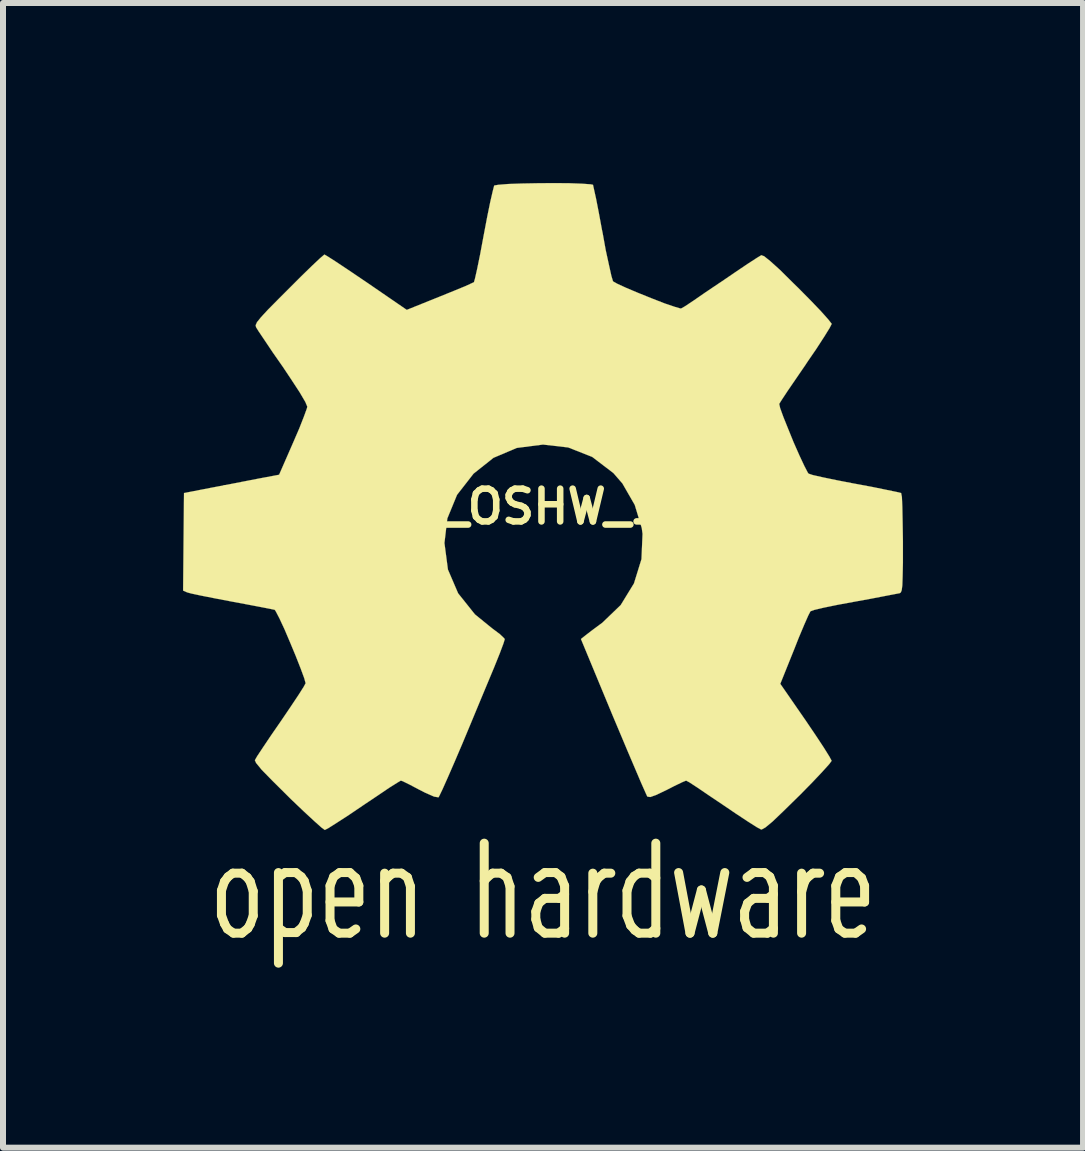
<source format=kicad_pcb>
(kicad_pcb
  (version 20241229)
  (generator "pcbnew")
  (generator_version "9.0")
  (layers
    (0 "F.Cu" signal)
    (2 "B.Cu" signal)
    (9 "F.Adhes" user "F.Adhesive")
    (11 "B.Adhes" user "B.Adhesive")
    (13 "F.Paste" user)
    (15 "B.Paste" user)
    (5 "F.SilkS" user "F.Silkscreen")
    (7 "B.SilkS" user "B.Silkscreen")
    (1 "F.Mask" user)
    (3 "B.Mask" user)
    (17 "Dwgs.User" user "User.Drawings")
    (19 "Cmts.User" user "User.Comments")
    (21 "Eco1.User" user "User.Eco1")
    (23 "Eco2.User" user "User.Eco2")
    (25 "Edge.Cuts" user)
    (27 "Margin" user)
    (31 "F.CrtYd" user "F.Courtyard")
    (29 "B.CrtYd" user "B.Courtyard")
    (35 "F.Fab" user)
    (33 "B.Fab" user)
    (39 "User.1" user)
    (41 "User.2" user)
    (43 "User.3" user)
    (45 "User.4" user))
  (footprint "Logo_silk_OSHW_12x13mm"
    (layer "F.Cu")
    (at 6.001 5.394)
    (property "Reference" "Logo_silk_OSHW_12x13mm" (at 0 0 0) (layer "F.SilkS") (effects (font (size 0.546 0.546) (thickness 0.109))))
    (attr exclude_from_pos_files exclude_from_bom)
    (fp_line (start -5.36 6.4) (end -5.36 6.81) (stroke (width 0.15) (type solid)) (layer "F.SilkS"))
    (fp_line (start -5.36 6.81) (end -5.31 6.95) (stroke (width 0.15) (type solid)) (layer "F.SilkS"))
    (fp_line (start -5.31 6.25) (end -5.36 6.4) (stroke (width 0.15) (type solid)) (layer "F.SilkS"))
    (fp_line (start -5.31 6.95) (end -5.26 7.04) (stroke (width 0.15) (type solid)) (layer "F.SilkS"))
    (fp_line (start -5.26 7.04) (end -5.16 7.11) (stroke (width 0.15) (type solid)) (layer "F.SilkS"))
    (fp_line (start -5.25 6.17) (end -5.31 6.25) (stroke (width 0.15) (type solid)) (layer "F.SilkS"))
    (fp_line (start -5.17 6.11) (end -5.25 6.17) (stroke (width 0.15) (type solid)) (layer "F.SilkS"))
    (fp_line (start -5.16 7.11) (end -5.02 7.11) (stroke (width 0.15) (type solid)) (layer "F.SilkS"))
    (fp_line (start -5.02 6.11) (end -5.17 6.11) (stroke (width 0.15) (type solid)) (layer "F.SilkS"))
    (fp_line (start -5.02 7.11) (end -4.92 7.03) (stroke (width 0.15) (type solid)) (layer "F.SilkS"))
    (fp_line (start -4.93 6.18) (end -5.02 6.11) (stroke (width 0.15) (type solid)) (layer "F.SilkS"))
    (fp_line (start -4.92 7.03) (end -4.88 6.96) (stroke (width 0.15) (type solid)) (layer "F.SilkS"))
    (fp_line (start -4.88 6.25) (end -4.93 6.18) (stroke (width 0.15) (type solid)) (layer "F.SilkS"))
    (fp_line (start -4.88 6.96) (end -4.83 6.82) (stroke (width 0.15) (type solid)) (layer "F.SilkS"))
    (fp_line (start -4.83 6.41) (end -4.88 6.25) (stroke (width 0.15) (type solid)) (layer "F.SilkS"))
    (fp_line (start -4.83 6.82) (end -4.83 6.41) (stroke (width 0.15) (type solid)) (layer "F.SilkS"))
    (fp_line (start -4.41 6.1) (end -4.41 7.61) (stroke (width 0.15) (type solid)) (layer "F.SilkS"))
    (fp_line (start -4.4 7.03) (end -4.3 7.1) (stroke (width 0.15) (type solid)) (layer "F.SilkS"))
    (fp_line (start -4.3 6.1) (end -4.38 6.16) (stroke (width 0.15) (type solid)) (layer "F.SilkS"))
    (fp_line (start -4.3 6.1) (end -4.12 6.1) (stroke (width 0.15) (type solid)) (layer "F.SilkS"))
    (fp_line (start -4.3 7.1) (end -4.11 7.1) (stroke (width 0.15) (type solid)) (layer "F.SilkS"))
    (fp_line (start -4.12 7.1) (end -4.02 7.02) (stroke (width 0.15) (type solid)) (layer "F.SilkS"))
    (fp_line (start -4.03 6.17) (end -4.12 6.1) (stroke (width 0.15) (type solid)) (layer "F.SilkS"))
    (fp_line (start -4.02 7.02) (end -3.98 6.95) (stroke (width 0.15) (type solid)) (layer "F.SilkS"))
    (fp_line (start -3.98 6.24) (end -4.03 6.17) (stroke (width 0.15) (type solid)) (layer "F.SilkS"))
    (fp_line (start -3.98 6.95) (end -3.93 6.81) (stroke (width 0.15) (type solid)) (layer "F.SilkS"))
    (fp_line (start -3.93 6.4) (end -3.98 6.24) (stroke (width 0.15) (type solid)) (layer "F.SilkS"))
    (fp_line (start -3.93 6.81) (end -3.93 6.4) (stroke (width 0.15) (type solid)) (layer "F.SilkS"))
    (fp_line (start -3.55 6.32) (end -3.55 6.9) (stroke (width 0.15) (type solid)) (layer "F.SilkS"))
    (fp_line (start -3.55 6.59) (end -3.07 6.59) (stroke (width 0.15) (type solid)) (layer "F.SilkS"))
    (fp_line (start -3.55 6.9) (end -3.5 7.04) (stroke (width 0.15) (type solid)) (layer "F.SilkS"))
    (fp_line (start -3.5 7.04) (end -3.4 7.11) (stroke (width 0.15) (type solid)) (layer "F.SilkS"))
    (fp_line (start -3.49 6.17) (end -3.55 6.32) (stroke (width 0.15) (type solid)) (layer "F.SilkS"))
    (fp_line (start -3.4 7.11) (end -3.22 7.11) (stroke (width 0.15) (type solid)) (layer "F.SilkS"))
    (fp_line (start -3.39 6.1) (end -3.49 6.17) (stroke (width 0.15) (type solid)) (layer "F.SilkS"))
    (fp_line (start -3.22 6.1) (end -3.39 6.1) (stroke (width 0.15) (type solid)) (layer "F.SilkS"))
    (fp_line (start -3.22 7.11) (end -3.12 7.04) (stroke (width 0.15) (type solid)) (layer "F.SilkS"))
    (fp_line (start -3.12 6.19) (end -3.22 6.1) (stroke (width 0.15) (type solid)) (layer "F.SilkS"))
    (fp_line (start -3.07 6.32) (end -3.12 6.19) (stroke (width 0.15) (type solid)) (layer "F.SilkS"))
    (fp_line (start -3.07 6.59) (end -3.07 6.32) (stroke (width 0.15) (type solid)) (layer "F.SilkS"))
    (fp_line (start -2.64 6.11) (end -2.64 7.11) (stroke (width 0.15) (type solid)) (layer "F.SilkS"))
    (fp_line (start -2.58 6.17) (end -2.64 6.24) (stroke (width 0.15) (type solid)) (layer "F.SilkS"))
    (fp_line (start -2.5 6.11) (end -2.58 6.17) (stroke (width 0.15) (type solid)) (layer "F.SilkS"))
    (fp_line (start -2.36 6.11) (end -2.5 6.11) (stroke (width 0.15) (type solid)) (layer "F.SilkS"))
    (fp_line (start -2.26 6.18) (end -2.36 6.11) (stroke (width 0.15) (type solid)) (layer "F.SilkS"))
    (fp_line (start -2.21 6.33) (end -2.26 6.18) (stroke (width 0.15) (type solid)) (layer "F.SilkS"))
    (fp_line (start -2.21 7.11) (end -2.21 6.33) (stroke (width 0.15) (type solid)) (layer "F.SilkS"))
    (fp_line (start -0.98 7.11) (end -0.98 5.61) (stroke (width 0.15) (type solid)) (layer "F.SilkS"))
    (fp_line (start -0.92 6.17) (end -0.98 6.24) (stroke (width 0.15) (type solid)) (layer "F.SilkS"))
    (fp_line (start -0.84 6.11) (end -0.92 6.17) (stroke (width 0.15) (type solid)) (layer "F.SilkS"))
    (fp_line (start -0.7 6.11) (end -0.84 6.11) (stroke (width 0.15) (type solid)) (layer "F.SilkS"))
    (fp_line (start -0.6 6.18) (end -0.7 6.11) (stroke (width 0.15) (type solid)) (layer "F.SilkS"))
    (fp_line (start -0.55 6.33) (end -0.6 6.18) (stroke (width 0.15) (type solid)) (layer "F.SilkS"))
    (fp_line (start -0.55 7.11) (end -0.55 6.33) (stroke (width 0.15) (type solid)) (layer "F.SilkS"))
    (fp_line (start -0.12 6.75) (end -0.12 6.88) (stroke (width 0.15) (type solid)) (layer "F.SilkS"))
    (fp_line (start -0.12 6.88) (end -0.08 7.02) (stroke (width 0.15) (type solid)) (layer "F.SilkS"))
    (fp_line (start -0.08 6.18) (end 0.03 6.1) (stroke (width 0.15) (type solid)) (layer "F.SilkS"))
    (fp_line (start -0.08 7.02) (end 0.03 7.11) (stroke (width 0.15) (type solid)) (layer "F.SilkS"))
    (fp_line (start -0.07 6.61) (end -0.12 6.75) (stroke (width 0.15) (type solid)) (layer "F.SilkS"))
    (fp_line (start 0.03 6.1) (end 0.21 6.1) (stroke (width 0.15) (type solid)) (layer "F.SilkS"))
    (fp_line (start 0.03 6.53) (end -0.07 6.61) (stroke (width 0.15) (type solid)) (layer "F.SilkS"))
    (fp_line (start 0.03 7.11) (end 0.26 7.11) (stroke (width 0.15) (type solid)) (layer "F.SilkS"))
    (fp_line (start 0.21 6.1) (end 0.3 6.17) (stroke (width 0.15) (type solid)) (layer "F.SilkS"))
    (fp_line (start 0.26 7.11) (end 0.36 7.03) (stroke (width 0.15) (type solid)) (layer "F.SilkS"))
    (fp_line (start 0.27 6.53) (end 0.03 6.53) (stroke (width 0.15) (type solid)) (layer "F.SilkS"))
    (fp_line (start 0.3 6.17) (end 0.36 6.32) (stroke (width 0.15) (type solid)) (layer "F.SilkS"))
    (fp_line (start 0.36 6.32) (end 0.36 7.11) (stroke (width 0.15) (type solid)) (layer "F.SilkS"))
    (fp_line (start 0.36 6.46) (end 0.27 6.53) (stroke (width 0.15) (type solid)) (layer "F.SilkS"))
    (fp_line (start 0.83 6.11) (end 0.83 7.11) (stroke (width 0.15) (type solid)) (layer "F.SilkS"))
    (fp_line (start 0.88 6.25) (end 0.83 6.42) (stroke (width 0.15) (type solid)) (layer "F.SilkS"))
    (fp_line (start 0.92 6.19) (end 0.88 6.25) (stroke (width 0.15) (type solid)) (layer "F.SilkS"))
    (fp_line (start 1.02 6.11) (end 0.92 6.19) (stroke (width 0.15) (type solid)) (layer "F.SilkS"))
    (fp_line (start 1.13 6.11) (end 1.02 6.11) (stroke (width 0.15) (type solid)) (layer "F.SilkS"))
    (fp_line (start 1.4 6.4) (end 1.45 6.25) (stroke (width 0.15) (type solid)) (layer "F.SilkS"))
    (fp_line (start 1.4 6.82) (end 1.4 6.4) (stroke (width 0.15) (type solid)) (layer "F.SilkS"))
    (fp_line (start 1.45 6.25) (end 1.52 6.16) (stroke (width 0.15) (type solid)) (layer "F.SilkS"))
    (fp_line (start 1.46 6.98) (end 1.4 6.82) (stroke (width 0.15) (type solid)) (layer "F.SilkS"))
    (fp_line (start 1.52 6.16) (end 1.6 6.11) (stroke (width 0.15) (type solid)) (layer "F.SilkS"))
    (fp_line (start 1.53 7.06) (end 1.46 6.98) (stroke (width 0.15) (type solid)) (layer "F.SilkS"))
    (fp_line (start 1.6 6.11) (end 1.78 6.11) (stroke (width 0.15) (type solid)) (layer "F.SilkS"))
    (fp_line (start 1.6 7.11) (end 1.53 7.06) (stroke (width 0.15) (type solid)) (layer "F.SilkS"))
    (fp_line (start 1.78 6.11) (end 1.88 6.19) (stroke (width 0.15) (type solid)) (layer "F.SilkS"))
    (fp_line (start 1.79 7.11) (end 1.6 7.11) (stroke (width 0.15) (type solid)) (layer "F.SilkS"))
    (fp_line (start 1.88 5.61) (end 1.88 7.11) (stroke (width 0.15) (type solid)) (layer "F.SilkS"))
    (fp_line (start 1.88 7.03) (end 1.79 7.11) (stroke (width 0.15) (type solid)) (layer "F.SilkS"))
    (fp_line (start 2.26 6.1) (end 2.45 7.11) (stroke (width 0.15) (type solid)) (layer "F.SilkS"))
    (fp_line (start 2.45 7.11) (end 2.64 6.39) (stroke (width 0.15) (type solid)) (layer "F.SilkS"))
    (fp_line (start 2.64 6.39) (end 2.83 7.11) (stroke (width 0.15) (type solid)) (layer "F.SilkS"))
    (fp_line (start 2.83 7.11) (end 3.03 6.1) (stroke (width 0.15) (type solid)) (layer "F.SilkS"))
    (fp_line (start 3.36 6.75) (end 3.36 6.88) (stroke (width 0.15) (type solid)) (layer "F.SilkS"))
    (fp_line (start 3.36 6.88) (end 3.4 7.02) (stroke (width 0.15) (type solid)) (layer "F.SilkS"))
    (fp_line (start 3.4 6.18) (end 3.51 6.1) (stroke (width 0.15) (type solid)) (layer "F.SilkS"))
    (fp_line (start 3.4 7.02) (end 3.51 7.11) (stroke (width 0.15) (type solid)) (layer "F.SilkS"))
    (fp_line (start 3.41 6.61) (end 3.36 6.75) (stroke (width 0.15) (type solid)) (layer "F.SilkS"))
    (fp_line (start 3.51 6.1) (end 3.69 6.1) (stroke (width 0.15) (type solid)) (layer "F.SilkS"))
    (fp_line (start 3.51 6.53) (end 3.41 6.61) (stroke (width 0.15) (type solid)) (layer "F.SilkS"))
    (fp_line (start 3.51 7.11) (end 3.74 7.11) (stroke (width 0.15) (type solid)) (layer "F.SilkS"))
    (fp_line (start 3.69 6.1) (end 3.78 6.17) (stroke (width 0.15) (type solid)) (layer "F.SilkS"))
    (fp_line (start 3.74 7.11) (end 3.84 7.03) (stroke (width 0.15) (type solid)) (layer "F.SilkS"))
    (fp_line (start 3.75 6.53) (end 3.51 6.53) (stroke (width 0.15) (type solid)) (layer "F.SilkS"))
    (fp_line (start 3.78 6.17) (end 3.84 6.32) (stroke (width 0.15) (type solid)) (layer "F.SilkS"))
    (fp_line (start 3.84 6.32) (end 3.84 7.11) (stroke (width 0.15) (type solid)) (layer "F.SilkS"))
    (fp_line (start 3.84 6.46) (end 3.75 6.53) (stroke (width 0.15) (type solid)) (layer "F.SilkS"))
    (fp_line (start 4.31 6.11) (end 4.31 7.11) (stroke (width 0.15) (type solid)) (layer "F.SilkS"))
    (fp_line (start 4.36 6.25) (end 4.31 6.42) (stroke (width 0.15) (type solid)) (layer "F.SilkS"))
    (fp_line (start 4.4 6.19) (end 4.36 6.25) (stroke (width 0.15) (type solid)) (layer "F.SilkS"))
    (fp_line (start 4.5 6.11) (end 4.4 6.19) (stroke (width 0.15) (type solid)) (layer "F.SilkS"))
    (fp_line (start 4.61 6.11) (end 4.5 6.11) (stroke (width 0.15) (type solid)) (layer "F.SilkS"))
    (fp_line (start 4.88 6.32) (end 4.88 6.9) (stroke (width 0.15) (type solid)) (layer "F.SilkS"))
    (fp_line (start 4.88 6.59) (end 5.36 6.59) (stroke (width 0.15) (type solid)) (layer "F.SilkS"))
    (fp_line (start 4.88 6.9) (end 4.93 7.04) (stroke (width 0.15) (type solid)) (layer "F.SilkS"))
    (fp_line (start 4.93 7.04) (end 5.03 7.11) (stroke (width 0.15) (type solid)) (layer "F.SilkS"))
    (fp_line (start 4.94 6.17) (end 4.88 6.32) (stroke (width 0.15) (type solid)) (layer "F.SilkS"))
    (fp_line (start 5.03 7.11) (end 5.21 7.11) (stroke (width 0.15) (type solid)) (layer "F.SilkS"))
    (fp_line (start 5.04 6.1) (end 4.94 6.17) (stroke (width 0.15) (type solid)) (layer "F.SilkS"))
    (fp_line (start 5.21 6.1) (end 5.04 6.1) (stroke (width 0.15) (type solid)) (layer "F.SilkS"))
    (fp_line (start 5.21 7.11) (end 5.31 7.04) (stroke (width 0.15) (type solid)) (layer "F.SilkS"))
    (fp_line (start 5.31 6.19) (end 5.21 6.1) (stroke (width 0.15) (type solid)) (layer "F.SilkS"))
    (fp_line (start 5.36 6.32) (end 5.31 6.19) (stroke (width 0.15) (type solid)) (layer "F.SilkS"))
    (fp_line (start 5.36 6.59) (end 5.36 6.32) (stroke (width 0.15) (type solid)) (layer "F.SilkS"))
    (fp_poly (pts (xy -3.637 5.39) (xy -3.574 5.357) (xy -3.434 5.268) (xy -3.233 5.138) (xy -2.997 4.978) (xy -2.758 4.818) (xy -2.563 4.686) (xy -2.426 4.6) (xy -2.37 4.567) (xy -2.339 4.577) (xy -2.225 4.633) (xy -2.062 4.719) (xy -1.966 4.768) (xy -1.816 4.834) (xy -1.742 4.846) (xy -1.73 4.826) (xy -1.674 4.709) (xy -1.587 4.514) (xy -1.473 4.252) (xy -1.344 3.95) (xy -1.206 3.619) (xy -1.067 3.284) (xy -0.935 2.967) (xy -0.815 2.68) (xy -0.721 2.446) (xy -0.66 2.283) (xy -0.638 2.212) (xy -0.645 2.197) (xy -0.719 2.126) (xy -0.851 2.027) (xy -1.135 1.796) (xy -1.415 1.445) (xy -1.585 1.049) (xy -1.643 0.607) (xy -1.595 0.198) (xy -1.433 -0.196) (xy -1.158 -0.549) (xy -0.826 -0.813) (xy -0.437 -0.978) (xy 0 -1.034) (xy 0.419 -0.986) (xy 0.82 -0.828) (xy 1.173 -0.559) (xy 1.323 -0.386) (xy 1.529 -0.028) (xy 1.646 0.358) (xy 1.659 0.455) (xy 1.641 0.876) (xy 1.516 1.28) (xy 1.295 1.641) (xy 0.986 1.938) (xy 0.947 1.966) (xy 0.803 2.073) (xy 0.709 2.146) (xy 0.632 2.207) (xy 1.168 3.5) (xy 1.255 3.706) (xy 1.402 4.056) (xy 1.532 4.361) (xy 1.636 4.605) (xy 1.707 4.765) (xy 1.737 4.831) (xy 1.742 4.834) (xy 1.788 4.841) (xy 1.887 4.806) (xy 2.068 4.719) (xy 2.187 4.658) (xy 2.324 4.592) (xy 2.385 4.567) (xy 2.438 4.595) (xy 2.57 4.681) (xy 2.761 4.811) (xy 2.992 4.966) (xy 3.213 5.116) (xy 3.416 5.25) (xy 3.564 5.344) (xy 3.635 5.382) (xy 3.645 5.382) (xy 3.708 5.347) (xy 3.825 5.25) (xy 4 5.083) (xy 4.249 4.839) (xy 4.288 4.801) (xy 4.493 4.592) (xy 4.658 4.417) (xy 4.77 4.293) (xy 4.811 4.237) (xy 4.773 4.166) (xy 4.681 4.018) (xy 4.547 3.815) (xy 4.384 3.574) (xy 3.955 2.954) (xy 4.191 2.367) (xy 4.262 2.187) (xy 4.354 1.968) (xy 4.422 1.814) (xy 4.458 1.745) (xy 4.521 1.722) (xy 4.681 1.684) (xy 4.915 1.636) (xy 5.192 1.585) (xy 5.456 1.537) (xy 5.695 1.491) (xy 5.867 1.458) (xy 5.946 1.443) (xy 5.964 1.43) (xy 5.979 1.392) (xy 5.989 1.311) (xy 5.994 1.166) (xy 5.999 0.937) (xy 5.999 0.607) (xy 5.999 0.572) (xy 5.994 0.257) (xy 5.989 0.005) (xy 5.982 -0.16) (xy 5.969 -0.226) (xy 5.895 -0.244) (xy 5.725 -0.279) (xy 5.486 -0.328) (xy 5.202 -0.381) (xy 5.184 -0.384) (xy 4.9 -0.439) (xy 4.663 -0.488) (xy 4.496 -0.526) (xy 4.427 -0.549) (xy 4.412 -0.569) (xy 4.354 -0.681) (xy 4.272 -0.856) (xy 4.178 -1.069) (xy 4.087 -1.293) (xy 4.006 -1.494) (xy 3.952 -1.643) (xy 3.937 -1.712) (xy 3.98 -1.781) (xy 4.077 -1.928) (xy 4.216 -2.131) (xy 4.381 -2.372) (xy 4.394 -2.393) (xy 4.557 -2.631) (xy 4.689 -2.835) (xy 4.778 -2.979) (xy 4.811 -3.043) (xy 4.811 -3.048) (xy 4.755 -3.119) (xy 4.633 -3.256) (xy 4.458 -3.439) (xy 4.249 -3.65) (xy 4.181 -3.716) (xy 3.95 -3.945) (xy 3.787 -4.092) (xy 3.686 -4.173) (xy 3.637 -4.191) (xy 3.635 -4.188) (xy 3.564 -4.145) (xy 3.411 -4.046) (xy 3.205 -3.907) (xy 2.962 -3.741) (xy 2.946 -3.731) (xy 2.705 -3.569) (xy 2.507 -3.432) (xy 2.365 -3.338) (xy 2.301 -3.302) (xy 2.291 -3.302) (xy 2.195 -3.33) (xy 2.024 -3.388) (xy 1.814 -3.47) (xy 1.593 -3.559) (xy 1.389 -3.645) (xy 1.24 -3.713) (xy 1.168 -3.754) (xy 1.166 -3.757) (xy 1.14 -3.843) (xy 1.1 -4.023) (xy 1.046 -4.27) (xy 0.993 -4.564) (xy 0.983 -4.61) (xy 0.93 -4.897) (xy 0.884 -5.133) (xy 0.848 -5.296) (xy 0.833 -5.364) (xy 0.792 -5.372) (xy 0.653 -5.382) (xy 0.439 -5.39) (xy 0.18 -5.392) (xy -0.091 -5.39) (xy -0.356 -5.385) (xy -0.582 -5.377) (xy -0.744 -5.364) (xy -0.813 -5.352) (xy -0.815 -5.347) (xy -0.838 -5.258) (xy -0.879 -5.08) (xy -0.93 -4.831) (xy -0.986 -4.536) (xy -0.996 -4.483) (xy -1.049 -4.199) (xy -1.097 -3.965) (xy -1.133 -3.805) (xy -1.151 -3.741) (xy -1.176 -3.729) (xy -1.293 -3.675) (xy -1.483 -3.597) (xy -1.722 -3.5) (xy -2.271 -3.279) (xy -2.944 -3.741) (xy -3.005 -3.782) (xy -3.249 -3.947) (xy -3.447 -4.079) (xy -3.586 -4.168) (xy -3.642 -4.201) (xy -3.647 -4.199) (xy -3.716 -4.14) (xy -3.848 -4.016) (xy -4.031 -3.838) (xy -4.242 -3.627) (xy -4.399 -3.47) (xy -4.585 -3.282) (xy -4.702 -3.155) (xy -4.768 -3.073) (xy -4.79 -3.023) (xy -4.783 -2.99) (xy -4.74 -2.921) (xy -4.641 -2.774) (xy -4.503 -2.568) (xy -4.338 -2.332) (xy -4.204 -2.131) (xy -4.056 -1.905) (xy -3.962 -1.745) (xy -3.929 -1.666) (xy -3.937 -1.633) (xy -3.985 -1.501) (xy -4.064 -1.3) (xy -4.166 -1.064) (xy -4.399 -0.531) (xy -4.75 -0.465) (xy -4.961 -0.424) (xy -5.258 -0.366) (xy -5.542 -0.312) (xy -5.984 -0.226) (xy -5.999 1.4) (xy -5.931 1.43) (xy -5.865 1.448) (xy -5.702 1.483) (xy -5.469 1.529) (xy -5.192 1.582) (xy -4.956 1.626) (xy -4.719 1.671) (xy -4.549 1.704) (xy -4.473 1.72) (xy -4.455 1.745) (xy -4.394 1.862) (xy -4.31 2.042) (xy -4.216 2.263) (xy -4.122 2.489) (xy -4.039 2.7) (xy -3.98 2.86) (xy -3.957 2.944) (xy -3.99 3.005) (xy -4.079 3.145) (xy -4.211 3.343) (xy -4.371 3.579) (xy -4.534 3.815) (xy -4.669 4.016) (xy -4.765 4.161) (xy -4.803 4.227) (xy -4.783 4.272) (xy -4.689 4.387) (xy -4.511 4.569) (xy -4.247 4.831) (xy -4.204 4.874) (xy -3.993 5.075) (xy -3.815 5.24) (xy -3.693 5.349) (xy -3.637 5.39)) (stroke (width 0.003) (type solid)) (fill yes) (layer "F.SilkS")))
  (gr_rect
    (start -3 -3)
    (end 15.002 16.079)
    (stroke (width 0.1) (type default))
    (fill no)
    (layer "Edge.Cuts")))
</source>
